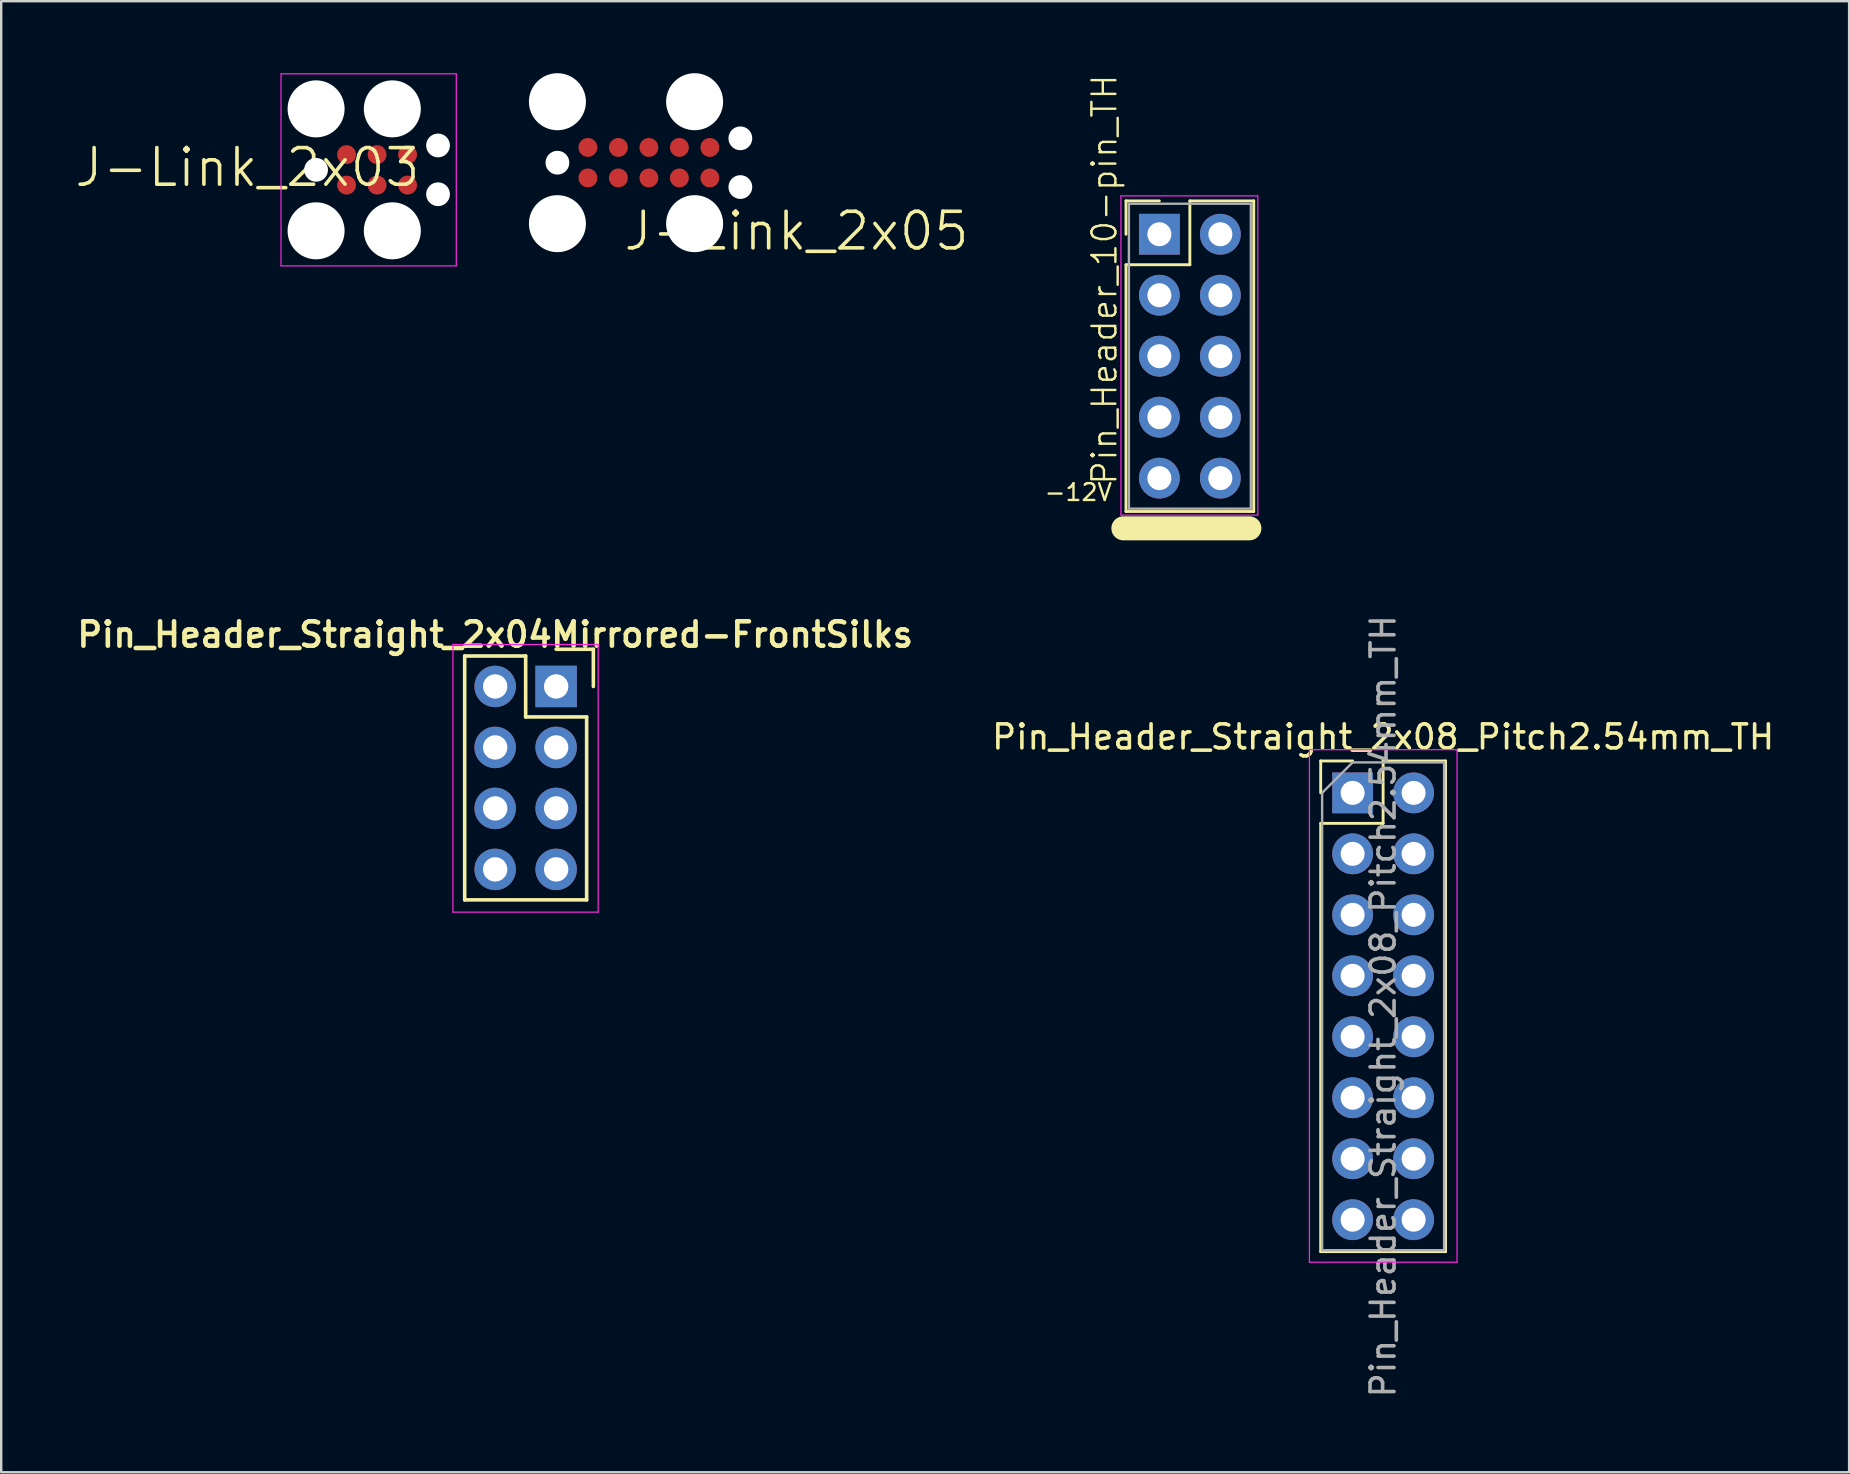
<source format=kicad_pcb>
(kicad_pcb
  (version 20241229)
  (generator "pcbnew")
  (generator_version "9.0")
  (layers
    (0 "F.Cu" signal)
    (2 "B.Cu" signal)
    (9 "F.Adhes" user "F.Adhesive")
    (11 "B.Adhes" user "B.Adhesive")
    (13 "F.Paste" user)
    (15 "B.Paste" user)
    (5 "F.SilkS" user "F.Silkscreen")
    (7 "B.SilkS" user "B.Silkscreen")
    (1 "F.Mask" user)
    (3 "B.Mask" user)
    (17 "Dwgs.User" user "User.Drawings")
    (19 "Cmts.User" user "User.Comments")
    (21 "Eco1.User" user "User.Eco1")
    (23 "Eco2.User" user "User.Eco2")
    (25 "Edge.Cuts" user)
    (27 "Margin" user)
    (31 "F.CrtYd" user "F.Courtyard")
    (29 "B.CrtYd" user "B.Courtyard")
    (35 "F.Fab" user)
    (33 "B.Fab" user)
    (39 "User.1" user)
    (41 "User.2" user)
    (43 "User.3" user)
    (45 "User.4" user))
  (footprint "Pin_Header_Straight_2x04Mirrored-FrontSilks"
    (layer "F.Cu")
    (at 18.847 29.355)
    (property "Reference" "Pin_Header_Straight_2x04Mirrored-FrontSilks" (at -1.27 -5.969 0) (layer "F.SilkS") (effects (font (size 1.016 1.016) (thickness 0.191))))
    (attr through_hole)
    (fp_line (start -2.54 -5.08) (end 0 -5.08) (stroke (width 0.15) (type solid)) (layer "F.SilkS"))
    (fp_line (start -2.54 5.08) (end -2.54 -5.08) (stroke (width 0.15) (type solid)) (layer "F.SilkS"))
    (fp_line (start 0 -5.08) (end 0 -2.54) (stroke (width 0.15) (type solid)) (layer "F.SilkS"))
    (fp_line (start 0 -2.54) (end 2.54 -2.54) (stroke (width 0.15) (type solid)) (layer "F.SilkS"))
    (fp_line (start 1.27 -5.36) (end 2.82 -5.36) (stroke (width 0.15) (type solid)) (layer "F.SilkS"))
    (fp_line (start 2.54 -2.54) (end 2.54 5.08) (stroke (width 0.15) (type solid)) (layer "F.SilkS"))
    (fp_line (start 2.54 5.08) (end -2.54 5.08) (stroke (width 0.15) (type solid)) (layer "F.SilkS"))
    (fp_line (start 2.82 -5.36) (end 2.82 -3.81) (stroke (width 0.15) (type solid)) (layer "F.SilkS"))
    (fp_line (start -3.03 -5.56) (end -3.03 5.59) (stroke (width 0.05) (type solid)) (layer "F.CrtYd"))
    (fp_line (start 3.02 -5.56) (end -3.03 -5.56) (stroke (width 0.05) (type solid)) (layer "F.CrtYd"))
    (fp_line (start 3.02 -5.56) (end 3.02 5.59) (stroke (width 0.05) (type solid)) (layer "F.CrtYd"))
    (fp_line (start 3.02 5.59) (end -3.03 5.59) (stroke (width 0.05) (type solid)) (layer "F.CrtYd"))
    (pad "1" thru_hole rect (at 1.27 -3.81) (size 1.727 1.727) (drill 1.016) (layers "*.Cu" "*.Mask"))
    (pad "2" thru_hole oval (at -1.27 -3.81) (size 1.727 1.727) (drill 1.016) (layers "*.Cu" "*.Mask"))
    (pad "3" thru_hole oval (at 1.27 -1.27) (size 1.727 1.727) (drill 1.016) (layers "*.Cu" "*.Mask"))
    (pad "4" thru_hole oval (at -1.27 -1.27) (size 1.727 1.727) (drill 1.016) (layers "*.Cu" "*.Mask"))
    (pad "5" thru_hole oval (at 1.27 1.27) (size 1.727 1.727) (drill 1.016) (layers "*.Cu" "*.Mask"))
    (pad "6" thru_hole oval (at -1.27 1.27) (size 1.727 1.727) (drill 1.016) (layers "*.Cu" "*.Mask"))
    (pad "7" thru_hole oval (at 1.27 3.81) (size 1.727 1.727) (drill 1.016) (layers "*.Cu" "*.Mask"))
    (pad "8" thru_hole oval (at -1.27 3.81) (size 1.727 1.727) (drill 1.016) (layers "*.Cu" "*.Mask")))
  (footprint "J-Link_2x05"
    (layer "F.Cu")
    (at 23.98 3.727)
    (property "Reference" "J-Link_2x05" (at 6.15 2.85 0) (layer "F.SilkS") (effects (font (size 1.524 1.524) (thickness 0.15))))
    (attr through_hole)
    (pad "" np_thru_hole circle (at -3.81 -2.54) (size 2.375 2.375) (drill 2.375) (layers "*.Cu"))
    (pad "" np_thru_hole circle (at -3.81 0) (size 0.991 0.991) (drill 0.991) (layers "*.Cu"))
    (pad "" np_thru_hole circle (at -3.81 2.54) (size 2.375 2.375) (drill 2.375) (layers "*.Cu"))
    (pad "" np_thru_hole circle (at 1.905 -2.54) (size 2.375 2.375) (drill 2.375) (layers "*.Cu"))
    (pad "" np_thru_hole circle (at 1.905 2.54) (size 2.375 2.375) (drill 2.375) (layers "*.Cu"))
    (pad "" np_thru_hole circle (at 3.81 -1.015) (size 0.991 0.991) (drill 0.991) (layers "*.Cu"))
    (pad "" np_thru_hole circle (at 3.81 1.015) (size 0.991 0.991) (drill 0.991) (layers "*.Cu"))
    (pad "1" smd circle (at -2.54 0.635) (size 0.787 0.787) (layers "F.Cu" "F.Mask" "F.Paste"))
    (pad "2" smd circle (at -1.27 0.635) (size 0.787 0.787) (layers "F.Cu" "F.Mask" "F.Paste"))
    (pad "3" smd circle (at 0 0.635) (size 0.787 0.787) (layers "F.Cu" "F.Mask" "F.Paste"))
    (pad "4" smd circle (at 1.27 0.635) (size 0.787 0.787) (layers "F.Cu" "F.Mask" "F.Paste"))
    (pad "5" smd circle (at 2.54 0.635) (size 0.787 0.787) (layers "F.Cu" "F.Mask" "F.Paste"))
    (pad "6" smd circle (at 2.54 -0.635) (size 0.787 0.787) (layers "F.Cu" "F.Mask" "F.Paste"))
    (pad "7" smd circle (at 1.27 -0.635) (size 0.787 0.787) (layers "F.Cu" "F.Mask" "F.Paste"))
    (pad "8" smd circle (at 0 -0.635) (size 0.787 0.787) (layers "F.Cu" "F.Mask" "F.Paste"))
    (pad "9" smd circle (at -1.27 -0.635) (size 0.787 0.787) (layers "F.Cu" "F.Mask" "F.Paste"))
    (pad "10" smd circle (at -2.54 -0.635) (size 0.787 0.787) (layers "F.Cu" "F.Mask" "F.Paste")))
  (footprint "J-Link_2x03"
    (layer "F.Cu")
    (at 12.657 4.025)
    (property "Reference" "J-Link_2x03" (at -5.4 -0.1 0) (layer "F.SilkS") (effects (font (size 1.524 1.524) (thickness 0.15))))
    (attr through_hole)
    (fp_line (start -4 -4) (end -4 4) (stroke (width 0.05) (type solid)) (layer "F.CrtYd"))
    (fp_line (start -4 4) (end 3.3 4) (stroke (width 0.05) (type solid)) (layer "F.CrtYd"))
    (fp_line (start 3.3 -4) (end -4 -4) (stroke (width 0.05) (type solid)) (layer "F.CrtYd"))
    (fp_line (start 3.3 4) (end 3.3 -4) (stroke (width 0.05) (type solid)) (layer "F.CrtYd"))
    (pad "" np_thru_hole circle (at -2.54 -2.54) (size 2.375 2.375) (drill 2.375) (layers "*.Cu"))
    (pad "" np_thru_hole circle (at -2.54 0) (size 0.991 0.991) (drill 0.991) (layers "*.Cu"))
    (pad "" np_thru_hole circle (at -2.54 2.54) (size 2.375 2.375) (drill 2.375) (layers "*.Cu"))
    (pad "" np_thru_hole circle (at 0.635 -2.54) (size 2.375 2.375) (drill 2.375) (layers "*.Cu"))
    (pad "" np_thru_hole circle (at 0.635 2.54) (size 2.375 2.375) (drill 2.375) (layers "*.Cu"))
    (pad "" np_thru_hole circle (at 2.54 -1.016) (size 0.991 0.991) (drill 0.991) (layers "*.Cu"))
    (pad "" np_thru_hole circle (at 2.54 1.016) (size 0.991 0.991) (drill 0.991) (layers "*.Cu"))
    (pad "1" smd circle (at -1.27 0.635) (size 0.787 0.787) (layers "F.Cu" "F.Mask" "F.Paste"))
    (pad "2" smd circle (at -1.27 -0.635) (size 0.787 0.787) (layers "F.Cu" "F.Mask" "F.Paste"))
    (pad "3" smd circle (at 0 0.635) (size 0.787 0.787) (layers "F.Cu" "F.Mask" "F.Paste"))
    (pad "4" smd circle (at 0 -0.635) (size 0.787 0.787) (layers "F.Cu" "F.Mask" "F.Paste"))
    (pad "5" smd circle (at 1.27 0.635) (size 0.787 0.787) (layers "F.Cu" "F.Mask" "F.Paste"))
    (pad "6" smd circle (at 1.27 -0.635) (size 0.787 0.787) (layers "F.Cu" "F.Mask" "F.Paste")))
  (footprint "Pin_Header_Straight_2x08_Pitch2.54mm_TH"
    (layer "F.Cu")
    (at 54.565 38.868)
    (property "Reference" "Pin_Header_Straight_2x08_Pitch2.54mm_TH" (at 0 -11.22 0) (layer "F.SilkS") (effects (font (size 1 1) (thickness 0.15))))
    (attr through_hole)
    (fp_line (start -2.6 -10.22) (end -1.27 -10.22) (stroke (width 0.12) (type solid)) (layer "F.SilkS"))
    (fp_line (start -2.6 -8.89) (end -2.6 -10.22) (stroke (width 0.12) (type solid)) (layer "F.SilkS"))
    (fp_line (start -2.6 -7.62) (end -2.6 10.22) (stroke (width 0.12) (type solid)) (layer "F.SilkS"))
    (fp_line (start -2.6 -7.62) (end 0 -7.62) (stroke (width 0.12) (type solid)) (layer "F.SilkS"))
    (fp_line (start -2.6 10.22) (end 2.6 10.22) (stroke (width 0.12) (type solid)) (layer "F.SilkS"))
    (fp_line (start 0 -10.22) (end 2.6 -10.22) (stroke (width 0.12) (type solid)) (layer "F.SilkS"))
    (fp_line (start 0 -7.62) (end 0 -10.22) (stroke (width 0.12) (type solid)) (layer "F.SilkS"))
    (fp_line (start 2.6 -10.22) (end 2.6 10.22) (stroke (width 0.12) (type solid)) (layer "F.SilkS"))
    (fp_line (start -3.07 -10.69) (end -3.07 10.66) (stroke (width 0.05) (type solid)) (layer "F.CrtYd"))
    (fp_line (start -3.07 10.66) (end 3.08 10.66) (stroke (width 0.05) (type solid)) (layer "F.CrtYd"))
    (fp_line (start 3.08 -10.69) (end -3.07 -10.69) (stroke (width 0.05) (type solid)) (layer "F.CrtYd"))
    (fp_line (start 3.08 10.66) (end 3.08 -10.69) (stroke (width 0.05) (type solid)) (layer "F.CrtYd"))
    (fp_line (start -2.54 -8.89) (end -1.27 -10.16) (stroke (width 0.1) (type solid)) (layer "F.Fab"))
    (fp_line (start -2.54 10.16) (end -2.54 -8.89) (stroke (width 0.1) (type solid)) (layer "F.Fab"))
    (fp_line (start -1.27 -10.16) (end 2.54 -10.16) (stroke (width 0.1) (type solid)) (layer "F.Fab"))
    (fp_line (start 2.54 -10.16) (end 2.54 10.16) (stroke (width 0.1) (type solid)) (layer "F.Fab"))
    (fp_line (start 2.54 10.16) (end -2.54 10.16) (stroke (width 0.1) (type solid)) (layer "F.Fab"))
    (fp_text user "${REFERENCE}" (at 0 0 90) (layer "F.Fab") (effects (font (size 1 1) (thickness 0.15))))
    (pad "1" thru_hole rect (at -1.27 -8.89) (size 1.7 1.7) (drill 1) (layers "*.Cu" "*.Mask"))
    (pad "2" thru_hole oval (at 1.27 -8.89) (size 1.7 1.7) (drill 1) (layers "*.Cu" "*.Mask"))
    (pad "3" thru_hole oval (at -1.27 -6.35) (size 1.7 1.7) (drill 1) (layers "*.Cu" "*.Mask"))
    (pad "4" thru_hole oval (at 1.27 -6.35) (size 1.7 1.7) (drill 1) (layers "*.Cu" "*.Mask"))
    (pad "5" thru_hole oval (at -1.27 -3.81) (size 1.7 1.7) (drill 1) (layers "*.Cu" "*.Mask"))
    (pad "6" thru_hole oval (at 1.27 -3.81) (size 1.7 1.7) (drill 1) (layers "*.Cu" "*.Mask"))
    (pad "7" thru_hole oval (at -1.27 -1.27) (size 1.7 1.7) (drill 1) (layers "*.Cu" "*.Mask"))
    (pad "8" thru_hole oval (at 1.27 -1.27) (size 1.7 1.7) (drill 1) (layers "*.Cu" "*.Mask"))
    (pad "9" thru_hole oval (at -1.27 1.27) (size 1.7 1.7) (drill 1) (layers "*.Cu" "*.Mask"))
    (pad "10" thru_hole oval (at 1.27 1.27) (size 1.7 1.7) (drill 1) (layers "*.Cu" "*.Mask"))
    (pad "11" thru_hole oval (at -1.27 3.81) (size 1.7 1.7) (drill 1) (layers "*.Cu" "*.Mask"))
    (pad "12" thru_hole oval (at 1.27 3.81) (size 1.7 1.7) (drill 1) (layers "*.Cu" "*.Mask"))
    (pad "13" thru_hole oval (at -1.27 6.35) (size 1.7 1.7) (drill 1) (layers "*.Cu" "*.Mask"))
    (pad "14" thru_hole oval (at 1.27 6.35) (size 1.7 1.7) (drill 1) (layers "*.Cu" "*.Mask"))
    (pad "15" thru_hole oval (at -1.27 8.89) (size 1.7 1.7) (drill 1) (layers "*.Cu" "*.Mask"))
    (pad "16" thru_hole oval (at 1.27 8.89) (size 1.7 1.7) (drill 1) (layers "*.Cu" "*.Mask")))
  (footprint "Pin_Header_10-pin_TH"
    (layer "F.Cu")
    (at 49.995 17.458)
    (property "Reference" "Pin_Header_10-pin_TH" (at -7.04 -8.86 270) (layer "F.SilkS") (effects (font (size 1 1) (thickness 0.1))))
    (attr through_hole)
    (fp_line (start -6.25 1.5) (end -1 1.5) (stroke (width 1) (type solid)) (layer "F.SilkS"))
    (fp_line (start -6.14 -12.14) (end -4.75 -12.14) (stroke (width 0.12) (type solid)) (layer "F.SilkS"))
    (fp_line (start -6.14 -10.75) (end -6.14 -12.14) (stroke (width 0.12) (type solid)) (layer "F.SilkS"))
    (fp_line (start -6.14 -9.48) (end -6.14 0.8) (stroke (width 0.12) (type solid)) (layer "F.SilkS"))
    (fp_line (start -6.14 0.8) (end -0.82 0.8) (stroke (width 0.12) (type solid)) (layer "F.SilkS"))
    (fp_line (start -3.48 -12.14) (end -3.48 -9.48) (stroke (width 0.12) (type solid)) (layer "F.SilkS"))
    (fp_line (start -3.48 -9.48) (end -6.14 -9.48) (stroke (width 0.12) (type solid)) (layer "F.SilkS"))
    (fp_line (start -0.82 -12.14) (end -3.48 -12.14) (stroke (width 0.12) (type solid)) (layer "F.SilkS"))
    (fp_line (start -0.82 0.8) (end -0.82 -12.14) (stroke (width 0.12) (type solid)) (layer "F.SilkS"))
    (fp_line (start -6.35 -12.35) (end -6.35 0.95) (stroke (width 0.05) (type solid)) (layer "F.CrtYd"))
    (fp_line (start -6.35 0.95) (end -0.65 0.95) (stroke (width 0.05) (type solid)) (layer "F.CrtYd"))
    (fp_line (start -0.65 -12.35) (end -6.35 -12.35) (stroke (width 0.05) (type solid)) (layer "F.CrtYd"))
    (fp_line (start -0.65 0.95) (end -0.65 -12.35) (stroke (width 0.05) (type solid)) (layer "F.CrtYd"))
    (fp_line (start -6.02 -12.02) (end -6.02 0.68) (stroke (width 0.1) (type solid)) (layer "F.Fab"))
    (fp_line (start -6.02 0.68) (end -0.94 0.68) (stroke (width 0.1) (type solid)) (layer "F.Fab"))
    (fp_line (start -0.94 -12.02) (end -6.02 -12.02) (stroke (width 0.1) (type solid)) (layer "F.Fab"))
    (fp_line (start -0.94 0.68) (end -0.94 -12.02) (stroke (width 0.1) (type solid)) (layer "F.Fab"))
    (fp_text user "-12V" (at -8.128 0 0) (layer "F.SilkS") (effects (font (size 0.7 0.7) (thickness 0.1))))
    (pad "1" thru_hole rect (at -4.75 -10.75) (size 1.7 1.7) (drill 1) (layers "*.Cu" "*.Mask"))
    (pad "2" thru_hole oval (at -2.21 -10.75) (size 1.7 1.7) (drill 1) (layers "*.Cu" "*.Mask"))
    (pad "3" thru_hole oval (at -4.75 -8.21) (size 1.7 1.7) (drill 1) (layers "*.Cu" "*.Mask"))
    (pad "4" thru_hole oval (at -2.21 -8.21) (size 1.7 1.7) (drill 1) (layers "*.Cu" "*.Mask"))
    (pad "5" thru_hole oval (at -4.75 -5.67) (size 1.7 1.7) (drill 1) (layers "*.Cu" "*.Mask"))
    (pad "6" thru_hole oval (at -2.21 -5.67) (size 1.7 1.7) (drill 1) (layers "*.Cu" "*.Mask"))
    (pad "7" thru_hole oval (at -4.75 -3.13) (size 1.7 1.7) (drill 1) (layers "*.Cu" "*.Mask"))
    (pad "8" thru_hole oval (at -2.21 -3.13) (size 1.7 1.7) (drill 1) (layers "*.Cu" "*.Mask"))
    (pad "9" thru_hole oval (at -4.75 -0.59) (size 1.7 1.7) (drill 1) (layers "*.Cu" "*.Mask"))
    (pad "10" thru_hole oval (at -2.21 -0.59) (size 1.7 1.7) (drill 1) (layers "*.Cu" "*.Mask")))
  (gr_rect
    (start -3 -3)
    (end 73.976 58.279)
    (stroke (width 0.1) (type default))
    (fill no)
    (layer "Edge.Cuts")))
</source>
